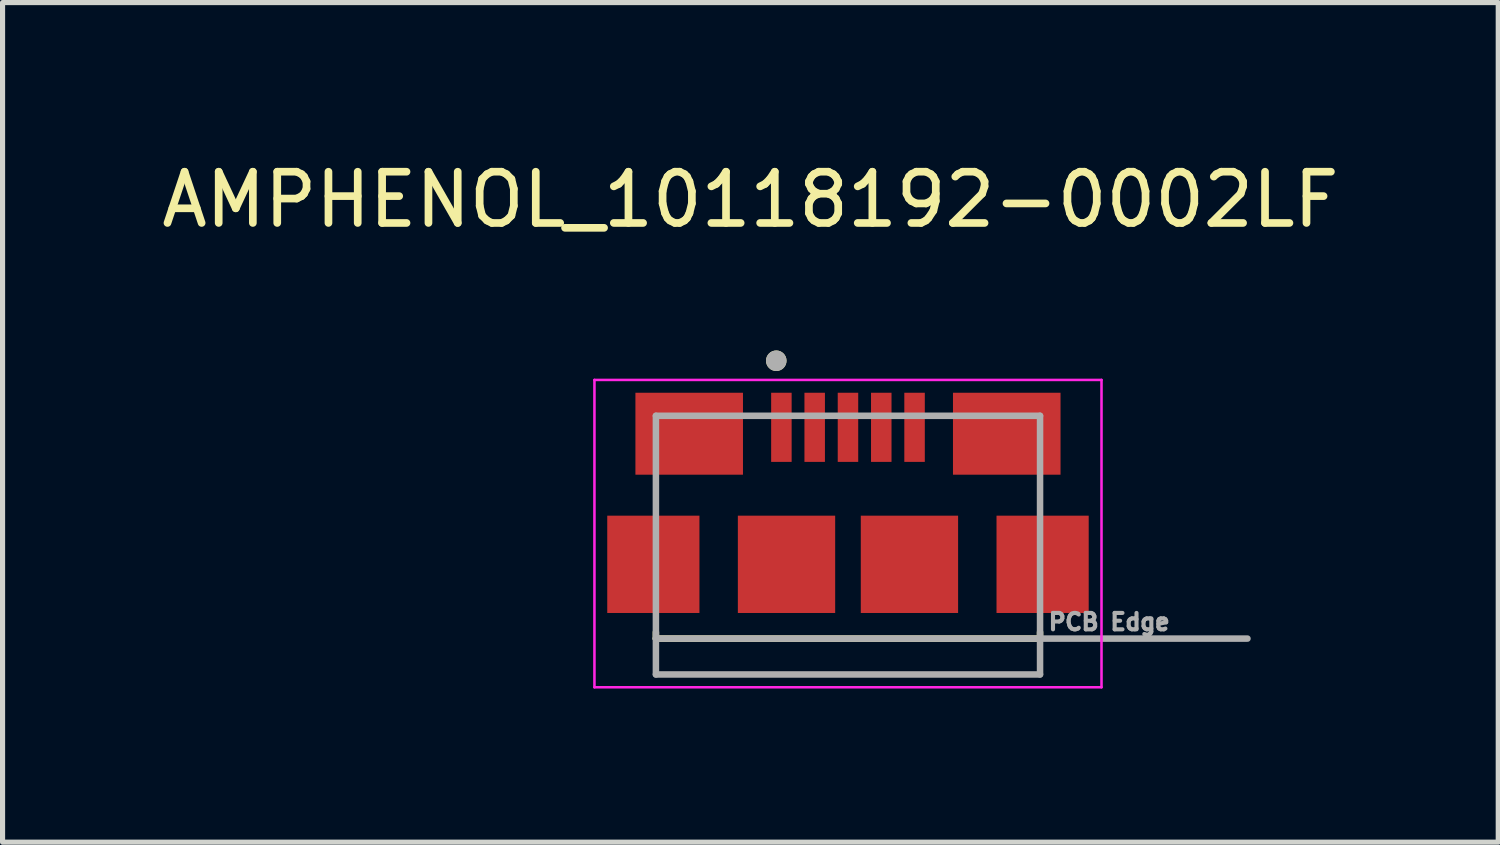
<source format=kicad_pcb>
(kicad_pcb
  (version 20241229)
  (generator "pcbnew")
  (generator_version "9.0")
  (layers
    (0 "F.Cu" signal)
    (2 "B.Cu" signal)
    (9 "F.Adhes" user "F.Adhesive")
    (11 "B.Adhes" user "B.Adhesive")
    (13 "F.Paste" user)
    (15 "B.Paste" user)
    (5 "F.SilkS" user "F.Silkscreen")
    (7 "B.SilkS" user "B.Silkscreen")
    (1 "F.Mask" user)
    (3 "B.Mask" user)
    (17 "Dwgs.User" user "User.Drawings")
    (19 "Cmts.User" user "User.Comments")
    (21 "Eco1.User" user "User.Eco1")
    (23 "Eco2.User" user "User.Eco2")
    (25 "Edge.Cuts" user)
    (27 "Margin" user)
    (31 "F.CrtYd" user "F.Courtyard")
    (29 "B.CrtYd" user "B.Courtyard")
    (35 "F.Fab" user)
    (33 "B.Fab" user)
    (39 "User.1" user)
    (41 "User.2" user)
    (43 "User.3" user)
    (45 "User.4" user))
  (footprint "AMPHENOL_10118192-0002LF"
    (layer "F.Cu")
    (at 13.506 5.293)
    (property "Reference" "AMPHENOL_10118192-0002LF" (at -1.905 -4.445 0) (layer "F.SilkS") (effects (font (size 1 1) (thickness 0.15))))
    (attr smd)
    (fp_line (start -3.75 4) (end -3.75 4.125) (stroke (width 0.127) (type solid)) (layer "F.SilkS"))
    (fp_line (start -3.75 4.125) (end 3.75 4.125) (stroke (width 0.127) (type solid)) (layer "F.SilkS"))
    (fp_line (start 3.75 4.125) (end 3.75 4) (stroke (width 0.127) (type solid)) (layer "F.SilkS"))
    (fp_circle (center -1.4 -1.3) (end -1.3 -1.3) (stroke (width 0.2) (type solid)) (fill no) (layer "F.SilkS"))
    (fp_line (start -4.95 -0.925) (end 4.95 -0.925) (stroke (width 0.05) (type solid)) (layer "F.CrtYd"))
    (fp_line (start -4.95 5.075) (end -4.95 -0.925) (stroke (width 0.05) (type solid)) (layer "F.CrtYd"))
    (fp_line (start 4.95 -0.925) (end 4.95 5.075) (stroke (width 0.05) (type solid)) (layer "F.CrtYd"))
    (fp_line (start 4.95 5.075) (end -4.95 5.075) (stroke (width 0.05) (type solid)) (layer "F.CrtYd"))
    (fp_line (start -3.75 -0.225) (end 3.75 -0.225) (stroke (width 0.127) (type solid)) (layer "F.Fab"))
    (fp_line (start -3.75 4.125) (end -3.75 -0.225) (stroke (width 0.127) (type solid)) (layer "F.Fab"))
    (fp_line (start -3.75 4.825) (end -3.75 4.125) (stroke (width 0.127) (type solid)) (layer "F.Fab"))
    (fp_line (start 3.75 -0.225) (end 3.75 4.125) (stroke (width 0.127) (type solid)) (layer "F.Fab"))
    (fp_line (start 3.75 4.125) (end -3.75 4.125) (stroke (width 0.127) (type solid)) (layer "F.Fab"))
    (fp_line (start 3.75 4.125) (end 3.75 4.825) (stroke (width 0.127) (type solid)) (layer "F.Fab"))
    (fp_line (start 3.75 4.125) (end 7.8 4.125) (stroke (width 0.127) (type solid)) (layer "F.Fab"))
    (fp_line (start 3.75 4.825) (end -3.75 4.825) (stroke (width 0.127) (type solid)) (layer "F.Fab"))
    (fp_circle (center -1.4 -1.3) (end -1.3 -1.3) (stroke (width 0.2) (type solid)) (fill no) (layer "F.Fab"))
    (fp_text user "PCB Edge" (at 5.1 3.8 0) (layer "F.Fab") (effects (font (size 0.32 0.32) (thickness 0.15))))
    (pad "1" smd rect (at -1.3 0) (size 0.4 1.35) (layers "F.Cu" "F.Mask" "F.Paste"))
    (pad "2" smd rect (at -0.65 0) (size 0.4 1.35) (layers "F.Cu" "F.Mask" "F.Paste"))
    (pad "3" smd rect (at 0 0) (size 0.4 1.35) (layers "F.Cu" "F.Mask" "F.Paste"))
    (pad "4" smd rect (at 0.65 0) (size 0.4 1.35) (layers "F.Cu" "F.Mask" "F.Paste"))
    (pad "5" smd rect (at 1.3 0) (size 0.4 1.35) (layers "F.Cu" "F.Mask" "F.Paste"))
    (pad "S1" smd rect (at -3.1 0.125) (size 2.1 1.6) (layers "F.Cu" "F.Mask" "F.Paste"))
    (pad "S2" smd rect (at 3.1 0.125) (size 2.1 1.6) (layers "F.Cu" "F.Mask" "F.Paste"))
    (pad "S3" smd rect (at -3.8 2.675) (size 1.8 1.9) (layers "F.Cu" "F.Mask" "F.Paste"))
    (pad "S4" smd rect (at -1.2 2.675) (size 1.9 1.9) (layers "F.Cu" "F.Mask" "F.Paste"))
    (pad "S5" smd rect (at 1.2 2.675) (size 1.9 1.9) (layers "F.Cu" "F.Mask" "F.Paste"))
    (pad "S6" smd rect (at 3.8 2.675) (size 1.8 1.9) (layers "F.Cu" "F.Mask" "F.Paste")))
  (gr_rect
    (start -3 -3)
    (end 26.202 13.393)
    (stroke (width 0.1) (type default))
    (fill no)
    (layer "Edge.Cuts")))
</source>
